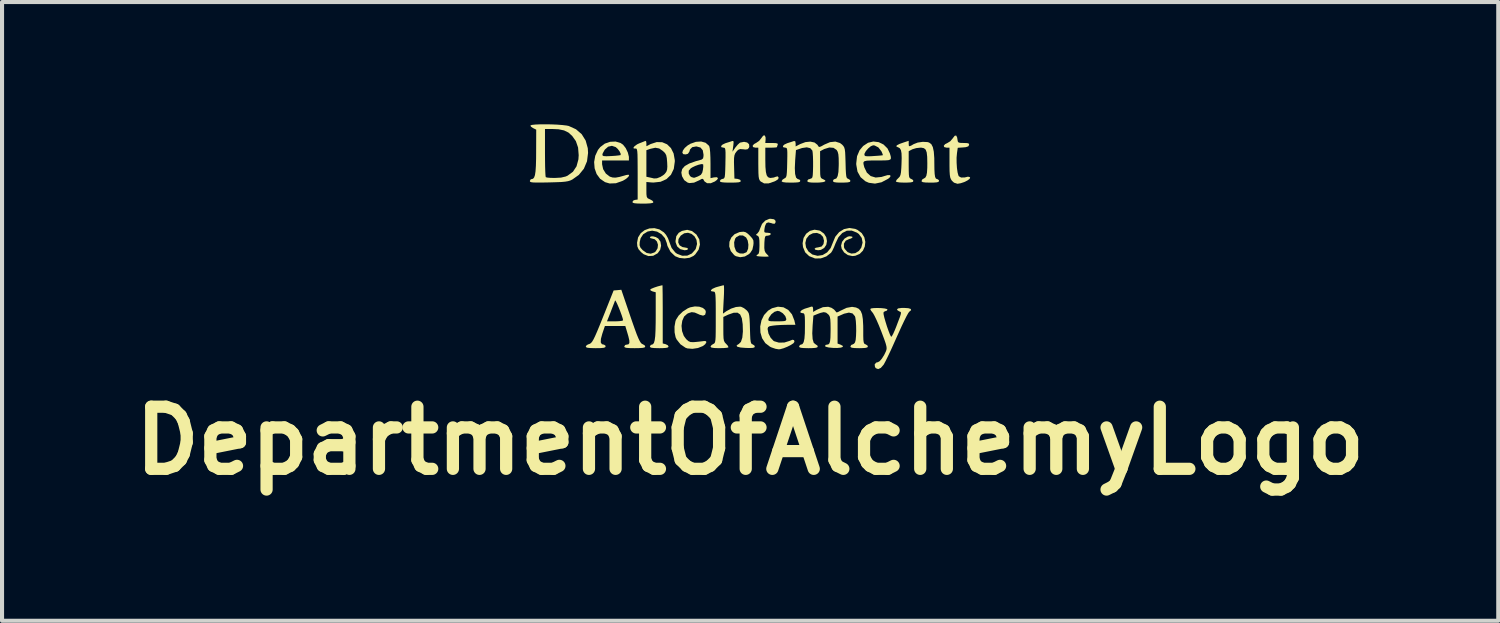
<source format=kicad_pcb>
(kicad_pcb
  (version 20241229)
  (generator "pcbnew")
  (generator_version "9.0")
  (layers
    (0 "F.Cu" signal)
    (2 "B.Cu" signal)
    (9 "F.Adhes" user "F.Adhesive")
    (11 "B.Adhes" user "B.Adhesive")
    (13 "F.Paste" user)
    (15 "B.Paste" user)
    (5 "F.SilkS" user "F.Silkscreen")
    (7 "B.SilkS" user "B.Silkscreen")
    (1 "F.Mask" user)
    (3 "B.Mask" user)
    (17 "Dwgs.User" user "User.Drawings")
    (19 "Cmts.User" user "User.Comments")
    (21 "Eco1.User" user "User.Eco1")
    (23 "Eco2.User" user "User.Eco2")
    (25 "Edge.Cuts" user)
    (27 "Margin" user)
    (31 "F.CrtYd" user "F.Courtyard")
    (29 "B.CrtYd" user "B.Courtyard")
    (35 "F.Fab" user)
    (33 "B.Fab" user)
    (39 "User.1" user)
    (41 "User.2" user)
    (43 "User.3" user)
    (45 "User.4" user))
  (footprint "DepartmentOfAlchemyLogo"
    (layer "F.Cu")
    (at 15.356 3.004)
    (property "Reference" "DepartmentOfAlchemyLogo" (at 0 4.76 0) (layer "F.SilkS") (effects (font (size 1.524 1.524) (thickness 0.3))))
    (attr board_only exclude_from_pos_files exclude_from_bom)
    (fp_poly (pts (xy -2.15 0.972) (xy -2.149 1.049) (xy -2.147 1.167) (xy -2.146 1.32) (xy -2.145 1.499) (xy -2.145 1.658) (xy -2.145 2.373) (xy -2.074 2.391) (xy -2.02 2.418) (xy -2.002 2.449) (xy -2.016 2.47) (xy -2.063 2.482) (xy -2.152 2.488) (xy -2.231 2.489) (xy -2.348 2.486) (xy -2.419 2.479) (xy -2.453 2.465) (xy -2.46 2.446) (xy -2.437 2.408) (xy -2.416 2.403) (xy -2.385 2.392) (xy -2.36 2.358) (xy -2.342 2.293) (xy -2.329 2.192) (xy -2.322 2.05) (xy -2.318 1.861) (xy -2.317 1.686) (xy -2.317 1.117) (xy -2.39 1.098) (xy -2.44 1.075) (xy -2.453 1.051) (xy -2.423 1.03) (xy -2.355 1.002) (xy -2.268 0.973) (xy -2.179 0.95) (xy -2.152 0.945)) (stroke (width 0) (type solid)) (fill yes) (layer "F.SilkS"))
    (fp_poly (pts (xy -0.106 -0.354) (xy -0.048 -0.311) (xy -0.011 -0.275) (xy 0.05 -0.208) (xy 0.079 -0.154) (xy 0.083 -0.089) (xy 0.078 -0.036) (xy 0.055 0.07) (xy 0.005 0.147) (xy -0.026 0.178) (xy -0.129 0.239) (xy -0.244 0.257) (xy -0.35 0.232) (xy -0.39 0.207) (xy -0.475 0.107) (xy -0.513 -0.007) (xy -0.509 -0.107) (xy -0.393 -0.107) (xy -0.386 -0.000029) (xy -0.351 0.095) (xy -0.326 0.128) (xy -0.256 0.164) (xy -0.171 0.168) (xy -0.098 0.139) (xy -0.082 0.124) (xy -0.05 0.049) (xy -0.043 -0.051) (xy -0.06 -0.152) (xy -0.099 -0.227) (xy -0.176 -0.276) (xy -0.262 -0.278) (xy -0.339 -0.236) (xy -0.368 -0.199) (xy -0.393 -0.107) (xy -0.509 -0.107) (xy -0.508 -0.122) (xy -0.462 -0.227) (xy -0.379 -0.31) (xy -0.262 -0.359) (xy -0.237 -0.363) (xy -0.161 -0.369)) (stroke (width 0) (type solid)) (fill yes) (layer "F.SilkS"))
    (fp_poly (pts (xy -1.249 1.471) (xy -1.159 1.502) (xy -1.101 1.552) (xy -1.087 1.6) (xy -1.104 1.668) (xy -1.155 1.691) (xy -1.24 1.668) (xy -1.262 1.657) (xy -1.359 1.615) (xy -1.434 1.605) (xy -1.51 1.628) (xy -1.545 1.645) (xy -1.62 1.713) (xy -1.666 1.817) (xy -1.684 1.941) (xy -1.671 2.069) (xy -1.628 2.188) (xy -1.57 2.267) (xy -1.515 2.316) (xy -1.462 2.339) (xy -1.389 2.341) (xy -1.337 2.337) (xy -1.239 2.327) (xy -1.158 2.317) (xy -1.13 2.313) (xy -1.082 2.318) (xy -1.075 2.348) (xy -1.104 2.393) (xy -1.161 2.437) (xy -1.281 2.485) (xy -1.415 2.505) (xy -1.539 2.495) (xy -1.587 2.478) (xy -1.711 2.393) (xy -1.804 2.275) (xy -1.829 2.222) (xy -1.854 2.101) (xy -1.856 1.96) (xy -1.833 1.829) (xy -1.821 1.794) (xy -1.754 1.689) (xy -1.651 1.589) (xy -1.531 1.512) (xy -1.472 1.487) (xy -1.358 1.465)) (stroke (width 0) (type solid)) (fill yes) (layer "F.SilkS"))
    (fp_poly (pts (xy 0.378 -2.686) (xy 0.379 -2.636) (xy 0.372 -2.546) (xy 0.532 -2.546) (xy 0.623 -2.543) (xy 0.669 -2.534) (xy 0.679 -2.513) (xy 0.675 -2.5) (xy 0.66 -2.455) (xy 0.658 -2.443) (xy 0.632 -2.436) (xy 0.566 -2.432) (xy 0.515 -2.431) (xy 0.372 -2.431) (xy 0.372 -2.133) (xy 0.375 -1.959) (xy 0.386 -1.835) (xy 0.406 -1.753) (xy 0.438 -1.707) (xy 0.484 -1.689) (xy 0.502 -1.688) (xy 0.58 -1.698) (xy 0.628 -1.716) (xy 0.675 -1.727) (xy 0.698 -1.7) (xy 0.69 -1.662) (xy 0.636 -1.622) (xy 0.593 -1.601) (xy 0.453 -1.554) (xy 0.342 -1.554) (xy 0.258 -1.601) (xy 0.257 -1.602) (xy 0.234 -1.63) (xy 0.218 -1.667) (xy 0.208 -1.724) (xy 0.203 -1.81) (xy 0.201 -1.937) (xy 0.2 -2.045) (xy 0.2 -2.431) (xy 0.129 -2.431) (xy 0.071 -2.445) (xy 0.061 -2.478) (xy 0.095 -2.519) (xy 0.144 -2.546) (xy 0.221 -2.598) (xy 0.275 -2.666) (xy 0.32 -2.726) (xy 0.358 -2.732)) (stroke (width 0) (type solid)) (fill yes) (layer "F.SilkS"))
    (fp_poly (pts (xy 5.079 -2.681) (xy 5.086 -2.636) (xy 5.095 -2.583) (xy 5.117 -2.556) (xy 5.168 -2.547) (xy 5.238 -2.546) (xy 5.324 -2.543) (xy 5.365 -2.531) (xy 5.373 -2.505) (xy 5.372 -2.496) (xy 5.35 -2.462) (xy 5.29 -2.443) (xy 5.229 -2.437) (xy 5.094 -2.428) (xy 5.075 -2.298) (xy 5.065 -2.186) (xy 5.066 -2.059) (xy 5.074 -1.932) (xy 5.09 -1.822) (xy 5.111 -1.746) (xy 5.122 -1.728) (xy 5.176 -1.698) (xy 5.265 -1.7) (xy 5.345 -1.719) (xy 5.388 -1.709) (xy 5.398 -1.694) (xy 5.382 -1.663) (xy 5.328 -1.624) (xy 5.25 -1.586) (xy 5.165 -1.558) (xy 5.089 -1.545) (xy 5.086 -1.545) (xy 5.002 -1.572) (xy 4.95 -1.62) (xy 4.926 -1.657) (xy 4.909 -1.701) (xy 4.899 -1.764) (xy 4.893 -1.856) (xy 4.891 -1.989) (xy 4.891 -2.063) (xy 4.891 -2.431) (xy 4.82 -2.431) (xy 4.762 -2.445) (xy 4.751 -2.478) (xy 4.784 -2.517) (xy 4.835 -2.542) (xy 4.91 -2.588) (xy 4.97 -2.658) (xy 4.97 -2.659) (xy 5.018 -2.722) (xy 5.055 -2.729)) (stroke (width 0) (type solid)) (fill yes) (layer "F.SilkS"))
    (fp_poly (pts (xy 0.588 -0.673) (xy 0.625 -0.633) (xy 0.619 -0.587) (xy 0.598 -0.563) (xy 0.551 -0.568) (xy 0.517 -0.58) (xy 0.442 -0.597) (xy 0.394 -0.574) (xy 0.364 -0.505) (xy 0.353 -0.448) (xy 0.345 -0.379) (xy 0.359 -0.35) (xy 0.407 -0.343) (xy 0.428 -0.343) (xy 0.494 -0.334) (xy 0.508 -0.307) (xy 0.473 -0.28) (xy 0.427 -0.271) (xy 0.39 -0.267) (xy 0.368 -0.247) (xy 0.357 -0.198) (xy 0.35 -0.107) (xy 0.349 -0.079) (xy 0.347 0.03) (xy 0.356 0.099) (xy 0.378 0.146) (xy 0.399 0.17) (xy 0.441 0.214) (xy 0.458 0.236) (xy 0.433 0.242) (xy 0.371 0.244) (xy 0.292 0.242) (xy 0.217 0.237) (xy 0.166 0.229) (xy 0.155 0.225) (xy 0.166 0.2) (xy 0.186 0.19) (xy 0.21 0.166) (xy 0.223 0.11) (xy 0.228 0.011) (xy 0.229 -0.039) (xy 0.227 -0.152) (xy 0.218 -0.22) (xy 0.2 -0.257) (xy 0.179 -0.271) (xy 0.144 -0.289) (xy 0.157 -0.31) (xy 0.179 -0.327) (xy 0.22 -0.381) (xy 0.247 -0.453) (xy 0.292 -0.561) (xy 0.371 -0.642) (xy 0.47 -0.684) (xy 0.503 -0.686)) (stroke (width 0) (type solid)) (fill yes) (layer "F.SilkS"))
    (fp_poly (pts (xy -3.179 -2.545) (xy -3.118 -2.503) (xy -3.053 -2.42) (xy -3.001 -2.311) (xy -2.975 -2.207) (xy -2.975 -2.191) (xy -2.975 -2.117) (xy -3.633 -2.117) (xy -3.633 -2.024) (xy -3.607 -1.903) (xy -3.541 -1.796) (xy -3.446 -1.722) (xy -3.434 -1.717) (xy -3.371 -1.698) (xy -3.299 -1.696) (xy -3.206 -1.713) (xy -3.077 -1.749) (xy -3.039 -1.76) (xy -2.984 -1.768) (xy -2.969 -1.75) (xy -2.99 -1.714) (xy -3.042 -1.668) (xy -3.119 -1.621) (xy -3.123 -1.619) (xy -3.293 -1.558) (xy -3.448 -1.552) (xy -3.561 -1.585) (xy -3.681 -1.667) (xy -3.767 -1.784) (xy -3.816 -1.924) (xy -3.828 -2.078) (xy -3.801 -2.231) (xy -3.794 -2.247) (xy -3.627 -2.247) (xy -3.599 -2.225) (xy -3.527 -2.22) (xy -3.411 -2.225) (xy -3.305 -2.232) (xy -3.223 -2.241) (xy -3.18 -2.248) (xy -3.178 -2.249) (xy -3.177 -2.283) (xy -3.204 -2.34) (xy -3.249 -2.4) (xy -3.299 -2.445) (xy -3.392 -2.476) (xy -3.484 -2.455) (xy -3.564 -2.385) (xy -3.578 -2.363) (xy -3.618 -2.291) (xy -3.627 -2.247) (xy -3.794 -2.247) (xy -3.734 -2.375) (xy -3.677 -2.446) (xy -3.566 -2.53) (xy -3.435 -2.575) (xy -3.301 -2.581)) (stroke (width 0) (type solid)) (fill yes) (layer "F.SilkS"))
    (fp_poly (pts (xy -0.406 -2.565) (xy -0.412 -2.493) (xy -0.415 -2.471) (xy -0.434 -2.331) (xy -0.362 -2.435) (xy -0.306 -2.503) (xy -0.256 -2.549) (xy -0.242 -2.556) (xy -0.15 -2.574) (xy -0.074 -2.558) (xy -0.027 -2.516) (xy -0.021 -2.454) (xy -0.032 -2.425) (xy -0.063 -2.392) (xy -0.119 -2.385) (xy -0.168 -2.391) (xy -0.246 -2.397) (xy -0.297 -2.376) (xy -0.34 -2.329) (xy -0.369 -2.287) (xy -0.386 -2.24) (xy -0.395 -2.176) (xy -0.397 -2.079) (xy -0.394 -1.961) (xy -0.386 -1.673) (xy -0.307 -1.664) (xy -0.249 -1.644) (xy -0.229 -1.614) (xy -0.24 -1.594) (xy -0.281 -1.581) (xy -0.361 -1.575) (xy -0.486 -1.573) (xy -0.613 -1.575) (xy -0.692 -1.582) (xy -0.733 -1.594) (xy -0.744 -1.614) (xy -0.719 -1.65) (xy -0.679 -1.664) (xy -0.653 -1.67) (xy -0.635 -1.686) (xy -0.623 -1.72) (xy -0.616 -1.783) (xy -0.611 -1.883) (xy -0.607 -2.03) (xy -0.607 -2.052) (xy -0.604 -2.206) (xy -0.604 -2.311) (xy -0.608 -2.377) (xy -0.617 -2.413) (xy -0.633 -2.428) (xy -0.655 -2.431) (xy -0.657 -2.431) (xy -0.707 -2.443) (xy -0.712 -2.472) (xy -0.677 -2.507) (xy -0.607 -2.54) (xy -0.598 -2.543) (xy -0.514 -2.569) (xy -0.45 -2.59) (xy -0.438 -2.595) (xy -0.414 -2.595)) (stroke (width 0) (type solid)) (fill yes) (layer "F.SilkS"))
    (fp_poly (pts (xy 0.817 1.486) (xy 0.934 1.55) (xy 1.026 1.659) (xy 1.086 1.811) (xy 1.088 1.823) (xy 1.11 1.916) (xy 0.902 1.916) (xy 0.775 1.919) (xy 0.649 1.926) (xy 0.562 1.935) (xy 0.48 1.949) (xy 0.441 1.971) (xy 0.429 2.009) (xy 0.429 2.023) (xy 0.449 2.128) (xy 0.501 2.231) (xy 0.571 2.307) (xy 0.591 2.319) (xy 0.706 2.353) (xy 0.839 2.35) (xy 0.964 2.312) (xy 1.038 2.282) (xy 1.077 2.291) (xy 1.087 2.333) (xy 1.062 2.368) (xy 0.999 2.41) (xy 0.912 2.454) (xy 0.82 2.491) (xy 0.736 2.514) (xy 0.701 2.517) (xy 0.622 2.504) (xy 0.525 2.471) (xy 0.487 2.453) (xy 0.372 2.365) (xy 0.293 2.245) (xy 0.252 2.105) (xy 0.247 1.956) (xy 0.277 1.809) (xy 0.28 1.802) (xy 0.446 1.802) (xy 0.462 1.819) (xy 0.507 1.828) (xy 0.593 1.83) (xy 0.661 1.831) (xy 0.774 1.829) (xy 0.841 1.824) (xy 0.875 1.811) (xy 0.886 1.788) (xy 0.887 1.772) (xy 0.862 1.701) (xy 0.802 1.633) (xy 0.725 1.585) (xy 0.672 1.573) (xy 0.596 1.597) (xy 0.52 1.657) (xy 0.464 1.737) (xy 0.449 1.774) (xy 0.446 1.802) (xy 0.28 1.802) (xy 0.341 1.676) (xy 0.441 1.568) (xy 0.535 1.51) (xy 0.682 1.471)) (stroke (width 0) (type solid)) (fill yes) (layer "F.SilkS"))
    (fp_poly (pts (xy 3.154 -2.566) (xy 3.273 -2.508) (xy 3.37 -2.412) (xy 3.428 -2.291) (xy 3.449 -2.219) (xy 3.455 -2.17) (xy 3.439 -2.14) (xy 3.392 -2.124) (xy 3.306 -2.118) (xy 3.173 -2.117) (xy 3.118 -2.117) (xy 2.968 -2.116) (xy 2.867 -2.112) (xy 2.808 -2.1) (xy 2.781 -2.076) (xy 2.78 -2.034) (xy 2.795 -1.972) (xy 2.802 -1.947) (xy 2.864 -1.818) (xy 2.958 -1.734) (xy 3.079 -1.698) (xy 3.221 -1.712) (xy 3.279 -1.73) (xy 3.371 -1.757) (xy 3.429 -1.757) (xy 3.447 -1.735) (xy 3.419 -1.694) (xy 3.385 -1.667) (xy 3.224 -1.582) (xy 3.064 -1.549) (xy 2.913 -1.569) (xy 2.828 -1.606) (xy 2.71 -1.706) (xy 2.634 -1.843) (xy 2.604 -2.012) (xy 2.603 -2.045) (xy 2.623 -2.222) (xy 2.642 -2.266) (xy 2.803 -2.266) (xy 2.808 -2.239) (xy 2.829 -2.224) (xy 2.879 -2.219) (xy 2.969 -2.221) (xy 3.025 -2.225) (xy 3.131 -2.232) (xy 3.212 -2.239) (xy 3.253 -2.245) (xy 3.256 -2.246) (xy 3.25 -2.274) (xy 3.225 -2.332) (xy 3.22 -2.342) (xy 3.147 -2.436) (xy 3.056 -2.484) (xy 3.017 -2.489) (xy 2.961 -2.466) (xy 2.896 -2.412) (xy 2.838 -2.345) (xy 2.805 -2.282) (xy 2.803 -2.266) (xy 2.642 -2.266) (xy 2.686 -2.368) (xy 2.773 -2.472) (xy 2.892 -2.551) (xy 3.023 -2.582)) (stroke (width 0) (type solid)) (fill yes) (layer "F.SilkS"))
    (fp_poly (pts (xy -4.879 -3.002) (xy -4.736 -2.996) (xy -4.607 -2.986) (xy -4.505 -2.974) (xy -4.451 -2.963) (xy -4.273 -2.882) (xy -4.133 -2.761) (xy -4.036 -2.605) (xy -3.984 -2.418) (xy -3.977 -2.303) (xy -4.003 -2.096) (xy -4.08 -1.914) (xy -4.204 -1.762) (xy -4.362 -1.65) (xy -4.412 -1.626) (xy -4.467 -1.609) (xy -4.537 -1.597) (xy -4.634 -1.588) (xy -4.767 -1.583) (xy -4.941 -1.578) (xy -5.116 -1.575) (xy -5.24 -1.575) (xy -5.324 -1.577) (xy -5.374 -1.584) (xy -5.399 -1.595) (xy -5.406 -1.612) (xy -5.406 -1.614) (xy -5.385 -1.653) (xy -5.364 -1.659) (xy -5.328 -1.668) (xy -5.301 -1.699) (xy -5.28 -1.758) (xy -5.266 -1.852) (xy -5.257 -1.986) (xy -5.252 -2.166) (xy -5.251 -2.331) (xy -5.249 -2.873) (xy -5.281 -2.889) (xy -5.034 -2.889) (xy -5.034 -2.307) (xy -5.033 -2.13) (xy -5.031 -1.973) (xy -5.027 -1.845) (xy -5.022 -1.754) (xy -5.016 -1.709) (xy -5.015 -1.707) (xy -4.979 -1.697) (xy -4.902 -1.69) (xy -4.8 -1.688) (xy -4.792 -1.688) (xy -4.641 -1.696) (xy -4.526 -1.723) (xy -4.479 -1.744) (xy -4.348 -1.84) (xy -4.26 -1.973) (xy -4.214 -2.143) (xy -4.207 -2.245) (xy -4.222 -2.434) (xy -4.276 -2.591) (xy -4.367 -2.719) (xy -4.459 -2.802) (xy -4.566 -2.854) (xy -4.701 -2.882) (xy -4.855 -2.889) (xy -5.034 -2.889) (xy -5.281 -2.889) (xy -5.328 -2.912) (xy -5.378 -2.946) (xy -5.391 -2.976) (xy -5.391 -2.977) (xy -5.355 -2.989) (xy -5.274 -2.998) (xy -5.16 -3.003) (xy -5.024 -3.004)) (stroke (width 0) (type solid)) (fill yes) (layer "F.SilkS"))
    (fp_poly (pts (xy 3.882 1.508) (xy 3.941 1.527) (xy 3.949 1.557) (xy 3.904 1.595) (xy 3.88 1.627) (xy 3.837 1.704) (xy 3.78 1.818) (xy 3.712 1.961) (xy 3.638 2.125) (xy 3.603 2.202) (xy 3.524 2.379) (xy 3.449 2.545) (xy 3.38 2.69) (xy 3.324 2.804) (xy 3.284 2.879) (xy 3.275 2.894) (xy 3.206 2.973) (xy 3.141 3.002) (xy 3.085 2.981) (xy 3.063 2.951) (xy 3.055 2.888) (xy 3.092 2.843) (xy 3.136 2.832) (xy 3.178 2.808) (xy 3.232 2.745) (xy 3.288 2.656) (xy 3.33 2.569) (xy 3.344 2.529) (xy 3.349 2.489) (xy 3.343 2.439) (xy 3.324 2.368) (xy 3.289 2.267) (xy 3.236 2.126) (xy 3.218 2.079) (xy 3.16 1.933) (xy 3.103 1.802) (xy 3.053 1.698) (xy 3.016 1.632) (xy 3.006 1.619) (xy 2.964 1.566) (xy 2.946 1.528) (xy 2.972 1.513) (xy 3.037 1.505) (xy 3.125 1.503) (xy 3.219 1.506) (xy 3.302 1.515) (xy 3.357 1.529) (xy 3.369 1.539) (xy 3.356 1.568) (xy 3.334 1.573) (xy 3.284 1.596) (xy 3.271 1.617) (xy 3.274 1.659) (xy 3.292 1.739) (xy 3.322 1.843) (xy 3.357 1.956) (xy 3.395 2.064) (xy 3.429 2.152) (xy 3.456 2.205) (xy 3.46 2.21) (xy 3.477 2.195) (xy 3.51 2.136) (xy 3.551 2.044) (xy 3.582 1.967) (xy 3.637 1.822) (xy 3.675 1.722) (xy 3.695 1.658) (xy 3.701 1.621) (xy 3.694 1.602) (xy 3.676 1.592) (xy 3.66 1.587) (xy 3.614 1.558) (xy 3.604 1.535) (xy 3.632 1.513) (xy 3.716 1.502) (xy 3.776 1.501)) (stroke (width 0) (type solid)) (fill yes) (layer "F.SilkS"))
    (fp_poly (pts (xy -1.093 -2.551) (xy -1.015 -2.482) (xy -1.003 -2.464) (xy -0.991 -2.413) (xy -0.981 -2.317) (xy -0.975 -2.188) (xy -0.973 -2.045) (xy -0.973 -1.683) (xy -0.889 -1.701) (xy -0.816 -1.706) (xy -0.789 -1.683) (xy -0.812 -1.642) (xy -0.864 -1.602) (xy -0.967 -1.558) (xy -1.056 -1.559) (xy -1.119 -1.602) (xy -1.131 -1.621) (xy -1.154 -1.661) (xy -1.182 -1.667) (xy -1.234 -1.639) (xy -1.246 -1.632) (xy -1.376 -1.573) (xy -1.49 -1.562) (xy -1.534 -1.574) (xy -1.618 -1.634) (xy -1.672 -1.731) (xy -1.684 -1.797) (xy -1.507 -1.797) (xy -1.506 -1.795) (xy -1.475 -1.734) (xy -1.437 -1.707) (xy -1.391 -1.695) (xy -1.379 -1.691) (xy -1.35 -1.699) (xy -1.289 -1.722) (xy -1.275 -1.728) (xy -1.209 -1.765) (xy -1.175 -1.818) (xy -1.159 -1.887) (xy -1.15 -1.964) (xy -1.152 -2.015) (xy -1.155 -2.023) (xy -1.194 -2.028) (xy -1.265 -2.012) (xy -1.348 -1.982) (xy -1.424 -1.945) (xy -1.46 -1.921) (xy -1.507 -1.865) (xy -1.507 -1.797) (xy -1.684 -1.797) (xy -1.688 -1.821) (xy -1.668 -1.906) (xy -1.604 -1.979) (xy -1.494 -2.042) (xy -1.332 -2.099) (xy -1.266 -2.116) (xy -1.19 -2.139) (xy -1.155 -2.168) (xy -1.145 -2.221) (xy -1.144 -2.259) (xy -1.163 -2.368) (xy -1.219 -2.434) (xy -1.314 -2.46) (xy -1.329 -2.46) (xy -1.421 -2.443) (xy -1.474 -2.388) (xy -1.492 -2.331) (xy -1.527 -2.281) (xy -1.581 -2.265) (xy -1.642 -2.272) (xy -1.664 -2.308) (xy -1.65 -2.361) (xy -1.605 -2.424) (xy -1.532 -2.487) (xy -1.467 -2.526) (xy -1.331 -2.574) (xy -1.202 -2.582)) (stroke (width 0) (type solid)) (fill yes) (layer "F.SilkS"))
    (fp_poly (pts (xy -2.98 1.588) (xy -2.901 1.819) (xy -2.837 2.001) (xy -2.786 2.141) (xy -2.744 2.243) (xy -2.71 2.314) (xy -2.681 2.359) (xy -2.655 2.384) (xy -2.631 2.394) (xy -2.585 2.423) (xy -2.574 2.449) (xy -2.587 2.469) (xy -2.632 2.481) (xy -2.717 2.487) (xy -2.832 2.489) (xy -2.957 2.487) (xy -3.036 2.481) (xy -3.076 2.469) (xy -3.089 2.449) (xy -3.089 2.446) (xy -3.065 2.41) (xy -3.034 2.403) (xy -2.986 2.394) (xy -2.963 2.363) (xy -2.964 2.301) (xy -2.988 2.198) (xy -3.003 2.146) (xy -3.063 1.945) (xy -3.564 1.945) (xy -3.628 2.135) (xy -3.662 2.262) (xy -3.666 2.346) (xy -3.638 2.391) (xy -3.586 2.403) (xy -3.551 2.426) (xy -3.547 2.446) (xy -3.557 2.467) (xy -3.595 2.48) (xy -3.67 2.487) (xy -3.79 2.489) (xy -3.914 2.486) (xy -3.989 2.479) (xy -4.026 2.465) (xy -4.033 2.449) (xy -4.009 2.413) (xy -3.962 2.391) (xy -3.932 2.381) (xy -3.905 2.362) (xy -3.877 2.329) (xy -3.844 2.274) (xy -3.805 2.194) (xy -3.755 2.08) (xy -3.692 1.928) (xy -3.653 1.831) (xy -3.513 1.831) (xy -3.315 1.831) (xy -3.217 1.827) (xy -3.147 1.818) (xy -3.118 1.806) (xy -3.118 1.805) (xy -3.127 1.759) (xy -3.151 1.684) (xy -3.185 1.591) (xy -3.223 1.495) (xy -3.26 1.409) (xy -3.291 1.345) (xy -3.311 1.317) (xy -3.314 1.318) (xy -3.33 1.362) (xy -3.362 1.444) (xy -3.403 1.55) (xy -3.42 1.595) (xy -3.513 1.831) (xy -3.653 1.831) (xy -3.613 1.732) (xy -3.572 1.63) (xy -3.35 1.073) (xy -3.255 1.065) (xy -3.161 1.056)) (stroke (width 0) (type solid)) (fill yes) (layer "F.SilkS"))
    (fp_poly (pts (xy -2.551 -2.581) (xy -2.546 -2.537) (xy -2.546 -2.466) (xy -2.44 -2.52) (xy -2.293 -2.568) (xy -2.157 -2.564) (xy -2.038 -2.513) (xy -1.943 -2.42) (xy -1.878 -2.288) (xy -1.849 -2.125) (xy -1.849 -2.088) (xy -1.874 -1.91) (xy -1.943 -1.766) (xy -2.053 -1.659) (xy -2.198 -1.594) (xy -2.374 -1.575) (xy -2.431 -1.578) (xy -2.546 -1.589) (xy -2.546 -1.393) (xy -2.545 -1.289) (xy -2.537 -1.227) (xy -2.518 -1.193) (xy -2.482 -1.173) (xy -2.46 -1.164) (xy -2.4 -1.131) (xy -2.374 -1.097) (xy -2.374 -1.095) (xy -2.391 -1.076) (xy -2.446 -1.065) (xy -2.547 -1.059) (xy -2.632 -1.058) (xy -2.758 -1.06) (xy -2.837 -1.067) (xy -2.878 -1.079) (xy -2.889 -1.099) (xy -2.865 -1.135) (xy -2.825 -1.149) (xy -2.76 -1.158) (xy -2.76 -1.717) (xy -2.546 -1.717) (xy -2.467 -1.7) (xy -2.399 -1.685) (xy -2.36 -1.675) (xy -2.287 -1.679) (xy -2.198 -1.714) (xy -2.116 -1.768) (xy -2.092 -1.792) (xy -2.056 -1.84) (xy -2.038 -1.892) (xy -2.032 -1.965) (xy -2.036 -2.068) (xy -2.045 -2.176) (xy -2.06 -2.247) (xy -2.088 -2.297) (xy -2.137 -2.346) (xy -2.14 -2.349) (xy -2.231 -2.411) (xy -2.326 -2.429) (xy -2.442 -2.404) (xy -2.456 -2.4) (xy -2.546 -2.369) (xy -2.546 -1.717) (xy -2.76 -1.717) (xy -2.76 -1.788) (xy -2.761 -1.993) (xy -2.762 -2.148) (xy -2.764 -2.26) (xy -2.769 -2.335) (xy -2.777 -2.38) (xy -2.787 -2.403) (xy -2.801 -2.409) (xy -2.81 -2.409) (xy -2.857 -2.411) (xy -2.862 -2.435) (xy -2.831 -2.472) (xy -2.772 -2.513) (xy -2.725 -2.535) (xy -2.643 -2.567) (xy -2.584 -2.591) (xy -2.567 -2.598)) (stroke (width 0) (type solid)) (fill yes) (layer "F.SilkS"))
    (fp_poly (pts (xy 3.89 -2.53) (xy 3.893 -2.48) (xy 3.909 -2.465) (xy 3.952 -2.482) (xy 4.011 -2.517) (xy 4.112 -2.556) (xy 4.235 -2.574) (xy 4.35 -2.568) (xy 4.389 -2.557) (xy 4.444 -2.518) (xy 4.482 -2.445) (xy 4.506 -2.332) (xy 4.518 -2.173) (xy 4.519 -2.063) (xy 4.521 -1.901) (xy 4.527 -1.787) (xy 4.538 -1.714) (xy 4.556 -1.675) (xy 4.583 -1.66) (xy 4.594 -1.659) (xy 4.629 -1.636) (xy 4.634 -1.616) (xy 4.623 -1.593) (xy 4.582 -1.58) (xy 4.502 -1.574) (xy 4.419 -1.573) (xy 4.305 -1.576) (xy 4.238 -1.584) (xy 4.208 -1.601) (xy 4.205 -1.614) (xy 4.228 -1.656) (xy 4.259 -1.672) (xy 4.297 -1.695) (xy 4.323 -1.741) (xy 4.339 -1.819) (xy 4.346 -1.938) (xy 4.347 -2.05) (xy 4.344 -2.206) (xy 4.332 -2.314) (xy 4.307 -2.382) (xy 4.264 -2.418) (xy 4.201 -2.431) (xy 4.175 -2.431) (xy 4.076 -2.42) (xy 3.985 -2.393) (xy 3.974 -2.388) (xy 3.89 -2.344) (xy 3.89 -2.013) (xy 3.891 -1.871) (xy 3.894 -1.775) (xy 3.901 -1.717) (xy 3.915 -1.686) (xy 3.935 -1.671) (xy 3.947 -1.667) (xy 3.994 -1.639) (xy 4.005 -1.613) (xy 3.99 -1.591) (xy 3.941 -1.579) (xy 3.848 -1.574) (xy 3.79 -1.573) (xy 3.67 -1.577) (xy 3.597 -1.589) (xy 3.575 -1.604) (xy 3.596 -1.644) (xy 3.638 -1.686) (xy 3.668 -1.717) (xy 3.688 -1.76) (xy 3.701 -1.827) (xy 3.709 -1.931) (xy 3.713 -2.012) (xy 3.718 -2.177) (xy 3.714 -2.293) (xy 3.7 -2.37) (xy 3.673 -2.416) (xy 3.633 -2.439) (xy 3.626 -2.441) (xy 3.586 -2.461) (xy 3.598 -2.488) (xy 3.664 -2.522) (xy 3.754 -2.554) (xy 3.89 -2.599)) (stroke (width 0) (type solid)) (fill yes) (layer "F.SilkS"))
    (fp_poly (pts (xy 2.577 -0.438) (xy 2.634 -0.413) (xy 2.738 -0.334) (xy 2.801 -0.232) (xy 2.826 -0.119) (xy 2.813 -0.006) (xy 2.767 0.096) (xy 2.688 0.176) (xy 2.579 0.222) (xy 2.509 0.229) (xy 2.398 0.205) (xy 2.306 0.141) (xy 2.246 0.05) (xy 2.231 -0.028) (xy 2.255 -0.12) (xy 2.316 -0.2) (xy 2.397 -0.249) (xy 2.444 -0.257) (xy 2.504 -0.248) (xy 2.512 -0.226) (xy 2.472 -0.201) (xy 2.431 -0.19) (xy 2.345 -0.149) (xy 2.3 -0.076) (xy 2.302 0.013) (xy 2.319 0.052) (xy 2.392 0.133) (xy 2.483 0.168) (xy 2.579 0.158) (xy 2.668 0.103) (xy 2.727 0.021) (xy 2.759 -0.101) (xy 2.738 -0.216) (xy 2.666 -0.313) (xy 2.621 -0.345) (xy 2.493 -0.396) (xy 2.371 -0.393) (xy 2.26 -0.337) (xy 2.166 -0.233) (xy 2.098 -0.09) (xy 2.057 0.013) (xy 2.015 0.101) (xy 1.984 0.148) (xy 1.869 0.238) (xy 1.734 0.286) (xy 1.597 0.288) (xy 1.587 0.286) (xy 1.448 0.231) (xy 1.35 0.137) (xy 1.297 0.009) (xy 1.287 -0.086) (xy 1.311 -0.216) (xy 1.374 -0.319) (xy 1.467 -0.389) (xy 1.579 -0.418) (xy 1.699 -0.398) (xy 1.722 -0.388) (xy 1.813 -0.321) (xy 1.867 -0.234) (xy 1.885 -0.138) (xy 1.868 -0.046) (xy 1.817 0.03) (xy 1.736 0.077) (xy 1.669 0.086) (xy 1.599 0.074) (xy 1.58 0.049) (xy 1.611 0.025) (xy 1.667 0.016) (xy 1.754 -0.006) (xy 1.8 -0.066) (xy 1.812 -0.147) (xy 1.788 -0.241) (xy 1.725 -0.307) (xy 1.638 -0.339) (xy 1.54 -0.331) (xy 1.449 -0.285) (xy 1.379 -0.198) (xy 1.354 -0.092) (xy 1.371 0.016) (xy 1.429 0.115) (xy 1.523 0.188) (xy 1.528 0.191) (xy 1.655 0.223) (xy 1.778 0.204) (xy 1.888 0.139) (xy 1.975 0.033) (xy 2.026 -0.094) (xy 2.088 -0.244) (xy 2.183 -0.358) (xy 2.302 -0.432) (xy 2.436 -0.46)) (stroke (width 0) (type solid)) (fill yes) (layer "F.SilkS"))
    (fp_poly (pts (xy -0.642 0.971) (xy -0.64 1.044) (xy -0.642 1.152) (xy -0.648 1.284) (xy -0.649 1.292) (xy -0.667 1.641) (xy -0.584 1.582) (xy -0.47 1.519) (xy -0.35 1.479) (xy -0.246 1.47) (xy -0.22 1.474) (xy -0.15 1.508) (xy -0.081 1.564) (xy -0.054 1.597) (xy -0.034 1.635) (xy -0.022 1.69) (xy -0.014 1.772) (xy -0.008 1.892) (xy -0.005 2.008) (xy -0.000233 2.161) (xy 0.005 2.266) (xy 0.014 2.333) (xy 0.026 2.371) (xy 0.044 2.389) (xy 0.06 2.395) (xy 0.105 2.425) (xy 0.114 2.45) (xy 0.103 2.471) (xy 0.062 2.482) (xy -0.019 2.485) (xy -0.105 2.483) (xy -0.234 2.473) (xy -0.311 2.455) (xy -0.335 2.43) (xy -0.304 2.4) (xy -0.28 2.388) (xy -0.226 2.334) (xy -0.192 2.23) (xy -0.178 2.08) (xy -0.183 1.902) (xy -0.204 1.756) (xy -0.245 1.662) (xy -0.31 1.618) (xy -0.405 1.62) (xy -0.535 1.665) (xy -0.565 1.679) (xy -0.658 1.723) (xy -0.658 2.021) (xy -0.657 2.156) (xy -0.653 2.247) (xy -0.643 2.305) (xy -0.624 2.345) (xy -0.595 2.378) (xy -0.587 2.385) (xy -0.544 2.434) (xy -0.533 2.468) (xy -0.534 2.47) (xy -0.57 2.479) (xy -0.647 2.486) (xy -0.75 2.488) (xy -0.763 2.489) (xy -0.881 2.485) (xy -0.949 2.474) (xy -0.972 2.454) (xy -0.973 2.452) (xy -0.949 2.414) (xy -0.908 2.388) (xy -0.887 2.377) (xy -0.871 2.362) (xy -0.86 2.333) (xy -0.852 2.285) (xy -0.847 2.21) (xy -0.845 2.1) (xy -0.844 1.948) (xy -0.844 1.747) (xy -0.844 1.731) (xy -0.844 1.525) (xy -0.845 1.37) (xy -0.848 1.258) (xy -0.852 1.183) (xy -0.86 1.136) (xy -0.87 1.112) (xy -0.885 1.102) (xy -0.899 1.101) (xy -0.955 1.091) (xy -0.963 1.067) (xy -0.928 1.034) (xy -0.854 1) (xy -0.82 0.989) (xy -0.732 0.965) (xy -0.668 0.948) (xy -0.647 0.944)) (stroke (width 0) (type solid)) (fill yes) (layer "F.SilkS"))
    (fp_poly (pts (xy -2.226 -0.425) (xy -2.116 -0.352) (xy -2.064 -0.292) (xy -2.016 -0.208) (xy -1.986 -0.127) (xy -1.927 0.03) (xy -1.837 0.141) (xy -1.793 0.173) (xy -1.667 0.221) (xy -1.542 0.218) (xy -1.431 0.166) (xy -1.346 0.07) (xy -1.332 0.043) (xy -1.303 -0.068) (xy -1.317 -0.169) (xy -1.365 -0.254) (xy -1.437 -0.315) (xy -1.524 -0.343) (xy -1.617 -0.33) (xy -1.703 -0.273) (xy -1.758 -0.189) (xy -1.765 -0.105) (xy -1.731 -0.034) (xy -1.658 0.009) (xy -1.614 0.016) (xy -1.544 0.03) (xy -1.522 0.055) (xy -1.549 0.078) (xy -1.609 0.086) (xy -1.714 0.06) (xy -1.791 -0.008) (xy -1.829 -0.108) (xy -1.831 -0.14) (xy -1.812 -0.259) (xy -1.752 -0.342) (xy -1.673 -0.388) (xy -1.545 -0.415) (xy -1.427 -0.385) (xy -1.319 -0.3) (xy -1.316 -0.296) (xy -1.248 -0.18) (xy -1.232 -0.053) (xy -1.265 0.073) (xy -1.347 0.188) (xy -1.391 0.226) (xy -1.486 0.271) (xy -1.609 0.287) (xy -1.734 0.275) (xy -1.839 0.233) (xy -1.841 0.232) (xy -1.955 0.123) (xy -2.029 -0.02) (xy -2.046 -0.092) (xy -2.092 -0.212) (xy -2.176 -0.308) (xy -2.284 -0.371) (xy -2.405 -0.394) (xy -2.516 -0.373) (xy -2.624 -0.306) (xy -2.687 -0.209) (xy -2.709 -0.118) (xy -2.713 -0.037) (xy -2.692 0.021) (xy -2.637 0.084) (xy -2.539 0.153) (xy -2.439 0.171) (xy -2.346 0.139) (xy -2.317 0.114) (xy -2.271 0.037) (xy -2.262 -0.049) (xy -2.287 -0.128) (xy -2.342 -0.184) (xy -2.405 -0.2) (xy -2.45 -0.213) (xy -2.46 -0.229) (xy -2.437 -0.253) (xy -2.383 -0.255) (xy -2.315 -0.237) (xy -2.256 -0.203) (xy -2.201 -0.125) (xy -2.185 -0.025) (xy -2.208 0.076) (xy -2.269 0.16) (xy -2.269 0.16) (xy -2.379 0.222) (xy -2.497 0.229) (xy -2.613 0.184) (xy -2.677 0.132) (xy -2.74 0.059) (xy -2.768 -0.009) (xy -2.775 -0.098) (xy -2.75 -0.228) (xy -2.685 -0.332) (xy -2.589 -0.407) (xy -2.473 -0.449) (xy -2.348 -0.456)) (stroke (width 0) (type solid)) (fill yes) (layer "F.SilkS"))
    (fp_poly (pts (xy 1.536 1.475) (xy 1.545 1.526) (xy 1.545 1.6) (xy 1.638 1.546) (xy 1.786 1.483) (xy 1.916 1.473) (xy 1.997 1.499) (xy 2.06 1.542) (xy 2.097 1.585) (xy 2.098 1.586) (xy 2.115 1.61) (xy 2.149 1.606) (xy 2.213 1.572) (xy 2.367 1.499) (xy 2.5 1.475) (xy 2.598 1.491) (xy 2.665 1.523) (xy 2.713 1.577) (xy 2.746 1.658) (xy 2.765 1.776) (xy 2.774 1.939) (xy 2.775 2.047) (xy 2.775 2.19) (xy 2.778 2.285) (xy 2.786 2.344) (xy 2.799 2.376) (xy 2.82 2.391) (xy 2.832 2.394) (xy 2.878 2.423) (xy 2.889 2.449) (xy 2.875 2.47) (xy 2.825 2.483) (xy 2.732 2.488) (xy 2.674 2.489) (xy 2.561 2.486) (xy 2.495 2.478) (xy 2.465 2.462) (xy 2.46 2.446) (xy 2.482 2.408) (xy 2.502 2.403) (xy 2.548 2.38) (xy 2.573 2.347) (xy 2.589 2.288) (xy 2.598 2.188) (xy 2.602 2.066) (xy 2.6 1.938) (xy 2.593 1.822) (xy 2.58 1.734) (xy 2.571 1.705) (xy 2.513 1.637) (xy 2.424 1.616) (xy 2.305 1.643) (xy 2.273 1.657) (xy 2.145 1.713) (xy 2.145 2.376) (xy 2.221 2.404) (xy 2.273 2.433) (xy 2.273 2.458) (xy 2.226 2.475) (xy 2.137 2.484) (xy 2.045 2.483) (xy 1.927 2.472) (xy 1.856 2.454) (xy 1.838 2.438) (xy 1.851 2.409) (xy 1.882 2.403) (xy 1.919 2.396) (xy 1.945 2.371) (xy 1.961 2.319) (xy 1.97 2.231) (xy 1.973 2.099) (xy 1.974 2.014) (xy 1.972 1.876) (xy 1.967 1.783) (xy 1.956 1.723) (xy 1.937 1.683) (xy 1.916 1.659) (xy 1.863 1.617) (xy 1.805 1.605) (xy 1.726 1.623) (xy 1.663 1.646) (xy 1.552 1.691) (xy 1.533 1.932) (xy 1.524 2.126) (xy 1.533 2.267) (xy 1.56 2.357) (xy 1.606 2.395) (xy 1.65 2.425) (xy 1.659 2.449) (xy 1.645 2.47) (xy 1.598 2.482) (xy 1.507 2.488) (xy 1.43 2.489) (xy 1.313 2.486) (xy 1.242 2.479) (xy 1.209 2.465) (xy 1.201 2.446) (xy 1.224 2.408) (xy 1.243 2.403) (xy 1.284 2.388) (xy 1.313 2.341) (xy 1.332 2.254) (xy 1.342 2.122) (xy 1.344 1.961) (xy 1.344 1.819) (xy 1.341 1.725) (xy 1.334 1.669) (xy 1.321 1.641) (xy 1.302 1.631) (xy 1.287 1.63) (xy 1.237 1.619) (xy 1.233 1.59) (xy 1.268 1.554) (xy 1.338 1.521) (xy 1.347 1.518) (xy 1.43 1.493) (xy 1.493 1.472) (xy 1.505 1.468)) (stroke (width 0) (type solid)) (fill yes) (layer "F.SilkS"))
    (fp_poly (pts (xy 1.107 -2.587) (xy 1.116 -2.535) (xy 1.116 -2.461) (xy 1.228 -2.519) (xy 1.356 -2.567) (xy 1.478 -2.579) (xy 1.58 -2.557) (xy 1.652 -2.5) (xy 1.66 -2.486) (xy 1.681 -2.455) (xy 1.706 -2.448) (xy 1.753 -2.468) (xy 1.816 -2.504) (xy 1.959 -2.566) (xy 2.091 -2.58) (xy 2.204 -2.545) (xy 2.256 -2.506) (xy 2.287 -2.472) (xy 2.308 -2.437) (xy 2.322 -2.389) (xy 2.331 -2.317) (xy 2.336 -2.21) (xy 2.341 -2.058) (xy 2.341 -2.056) (xy 2.345 -1.902) (xy 2.351 -1.796) (xy 2.359 -1.729) (xy 2.371 -1.691) (xy 2.389 -1.673) (xy 2.405 -1.667) (xy 2.45 -1.638) (xy 2.46 -1.613) (xy 2.446 -1.591) (xy 2.396 -1.579) (xy 2.303 -1.574) (xy 2.245 -1.573) (xy 2.132 -1.575) (xy 2.066 -1.584) (xy 2.036 -1.6) (xy 2.031 -1.616) (xy 2.053 -1.654) (xy 2.073 -1.659) (xy 2.117 -1.677) (xy 2.147 -1.734) (xy 2.166 -1.835) (xy 2.173 -1.985) (xy 2.174 -2.04) (xy 2.172 -2.176) (xy 2.164 -2.268) (xy 2.148 -2.329) (xy 2.123 -2.373) (xy 2.121 -2.375) (xy 2.045 -2.427) (xy 1.942 -2.435) (xy 1.821 -2.398) (xy 1.804 -2.39) (xy 1.716 -2.344) (xy 1.716 -2.015) (xy 1.717 -1.874) (xy 1.719 -1.779) (xy 1.726 -1.721) (xy 1.74 -1.688) (xy 1.763 -1.67) (xy 1.789 -1.658) (xy 1.843 -1.629) (xy 1.842 -1.604) (xy 1.792 -1.586) (xy 1.695 -1.575) (xy 1.614 -1.573) (xy 1.502 -1.575) (xy 1.436 -1.584) (xy 1.406 -1.6) (xy 1.402 -1.616) (xy 1.425 -1.651) (xy 1.456 -1.659) (xy 1.509 -1.68) (xy 1.527 -1.704) (xy 1.536 -1.756) (xy 1.541 -1.848) (xy 1.544 -1.965) (xy 1.544 -2.091) (xy 1.541 -2.209) (xy 1.535 -2.303) (xy 1.527 -2.358) (xy 1.526 -2.36) (xy 1.476 -2.418) (xy 1.389 -2.439) (xy 1.273 -2.422) (xy 1.25 -2.414) (xy 1.124 -2.372) (xy 1.105 -2.129) (xy 1.096 -1.93) (xy 1.103 -1.786) (xy 1.127 -1.696) (xy 1.167 -1.66) (xy 1.176 -1.659) (xy 1.221 -1.64) (xy 1.23 -1.616) (xy 1.219 -1.594) (xy 1.18 -1.581) (xy 1.102 -1.575) (xy 1.001 -1.573) (xy 0.877 -1.576) (xy 0.803 -1.586) (xy 0.774 -1.603) (xy 0.772 -1.609) (xy 0.796 -1.647) (xy 0.837 -1.674) (xy 0.863 -1.688) (xy 0.882 -1.712) (xy 0.894 -1.754) (xy 0.901 -1.824) (xy 0.906 -1.933) (xy 0.909 -2.067) (xy 0.912 -2.217) (xy 0.912 -2.319) (xy 0.908 -2.382) (xy 0.898 -2.416) (xy 0.881 -2.429) (xy 0.859 -2.431) (xy 0.809 -2.443) (xy 0.804 -2.472) (xy 0.839 -2.507) (xy 0.909 -2.54) (xy 0.918 -2.543) (xy 1.001 -2.569) (xy 1.064 -2.59) (xy 1.076 -2.594)) (stroke (width 0) (type solid)) (fill yes) (layer "F.SilkS")))
  (gr_rect
    (start -3 -3)
    (end 33.712 12.182)
    (stroke (width 0.1) (type default))
    (fill no)
    (layer "Edge.Cuts")))
</source>
